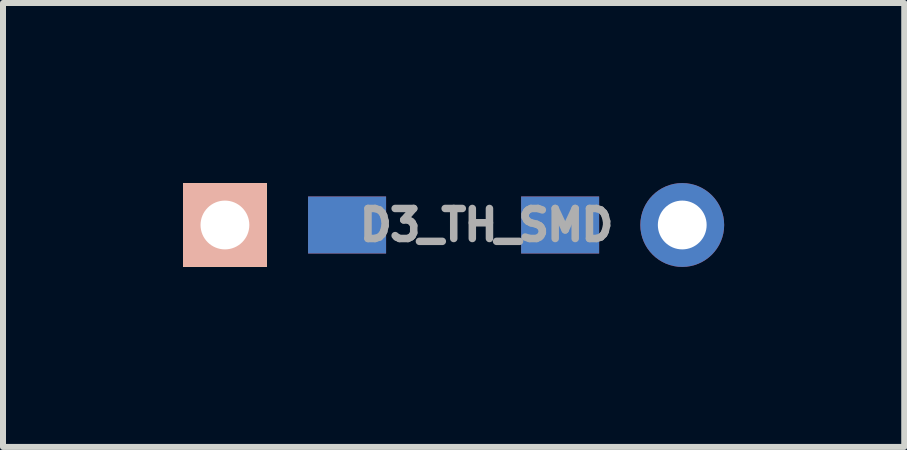
<source format=kicad_pcb>
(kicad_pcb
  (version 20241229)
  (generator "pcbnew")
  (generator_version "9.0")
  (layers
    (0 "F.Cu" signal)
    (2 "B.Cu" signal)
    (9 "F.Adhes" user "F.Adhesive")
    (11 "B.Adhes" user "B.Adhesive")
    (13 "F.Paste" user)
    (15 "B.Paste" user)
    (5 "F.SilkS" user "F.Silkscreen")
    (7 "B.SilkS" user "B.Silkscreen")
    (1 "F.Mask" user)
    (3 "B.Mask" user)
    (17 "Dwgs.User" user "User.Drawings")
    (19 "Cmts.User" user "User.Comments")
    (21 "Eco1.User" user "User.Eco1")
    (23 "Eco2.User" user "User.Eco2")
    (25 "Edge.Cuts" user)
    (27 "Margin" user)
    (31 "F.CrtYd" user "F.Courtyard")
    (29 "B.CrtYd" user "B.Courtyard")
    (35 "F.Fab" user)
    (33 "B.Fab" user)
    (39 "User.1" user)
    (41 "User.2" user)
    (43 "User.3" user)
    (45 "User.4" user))
  (footprint "D3_TH_SMD"
    (layer "F.Cu")
    (at 4.508 0.699)
    (property "Reference" "D3_TH_SMD" (at 0.55 0 0) (layer "F.Fab") (effects (font (size 0.5 0.5) (thickness 0.125))))
    (attr through_hole)
    (pad "1" thru_hole rect (at -3.81 0) (size 1.397 1.397) (drill 0.813) (layers "*.Cu" "*.SilkS" "*.Mask"))
    (pad "1" smd rect (at -1.775 0) (size 1.3 0.95) (layers "F.Cu" "F.Mask" "F.Paste"))
    (pad "1" smd rect (at -1.775 0) (size 1.3 0.95) (layers "B.Cu" "B.Mask" "B.Paste"))
    (pad "2" smd rect (at 1.775 0) (size 1.3 0.95) (layers "F.Cu" "F.Mask" "F.Paste"))
    (pad "2" smd rect (at 1.775 0) (size 1.3 0.95) (layers "B.Cu" "B.Mask" "B.Paste"))
    (pad "2" thru_hole circle (at 3.81 0) (size 1.397 1.397) (drill 0.813) (layers "*.Cu" "*.Mask")))
  (gr_rect
    (start -3 -3)
    (end 12.017 4.397)
    (stroke (width 0.1) (type default))
    (fill no)
    (layer "Edge.Cuts")))
</source>
